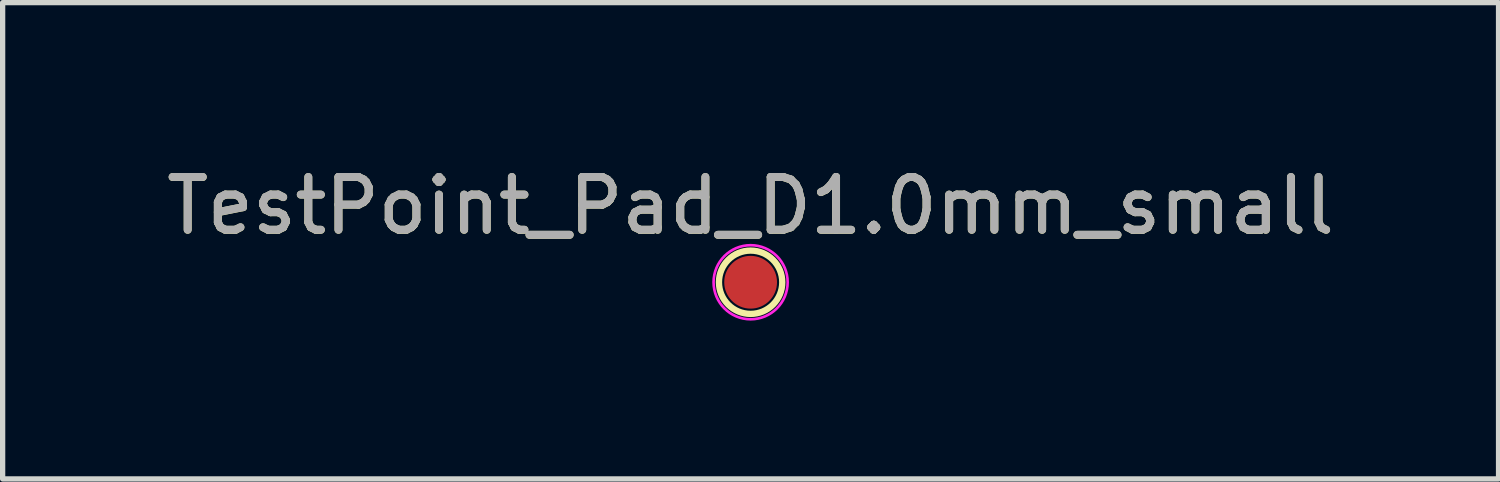
<source format=kicad_pcb>
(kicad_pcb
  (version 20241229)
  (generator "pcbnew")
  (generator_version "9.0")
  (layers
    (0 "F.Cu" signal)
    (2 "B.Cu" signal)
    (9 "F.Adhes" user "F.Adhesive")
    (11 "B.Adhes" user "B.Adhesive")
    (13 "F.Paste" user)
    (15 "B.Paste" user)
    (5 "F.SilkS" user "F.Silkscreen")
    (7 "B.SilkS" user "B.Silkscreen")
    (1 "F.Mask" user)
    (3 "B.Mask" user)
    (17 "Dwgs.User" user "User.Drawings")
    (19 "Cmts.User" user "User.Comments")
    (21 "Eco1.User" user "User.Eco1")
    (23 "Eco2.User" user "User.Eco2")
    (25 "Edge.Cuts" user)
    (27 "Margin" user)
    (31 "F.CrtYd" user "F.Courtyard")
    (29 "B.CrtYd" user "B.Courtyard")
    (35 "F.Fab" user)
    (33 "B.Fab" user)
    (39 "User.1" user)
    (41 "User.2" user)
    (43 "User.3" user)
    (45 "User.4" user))
  (footprint "TestPoint_Pad_D1.0mm_small"
    (layer "F.Cu")
    (at 11.173 2.298)
    (property "Reference" "TestPoint_Pad_D1.0mm_small" (at 0 -1.448 0) (layer "F.SilkS") (effects (font (size 1 1) (thickness 0.15))))
    (attr exclude_from_pos_files exclude_from_bom)
    (fp_circle (center 0 0) (end 0 0.6) (stroke (width 0.12) (type solid)) (fill no) (layer "F.SilkS"))
    (fp_circle (center 0 0) (end 0.7 0.05) (stroke (width 0.05) (type solid)) (fill no) (layer "F.CrtYd"))
    (fp_text user "${REFERENCE}" (at 0 -1.45 0) (layer "F.Fab") (effects (font (size 1 1) (thickness 0.15))))
    (pad "1" smd circle (at 0 0) (size 1 1) (layers "F.Cu" "F.Mask")))
  (gr_rect
    (start -3 -3)
    (end 25.345 6.025)
    (stroke (width 0.1) (type default))
    (fill no)
    (layer "Edge.Cuts")))
</source>
